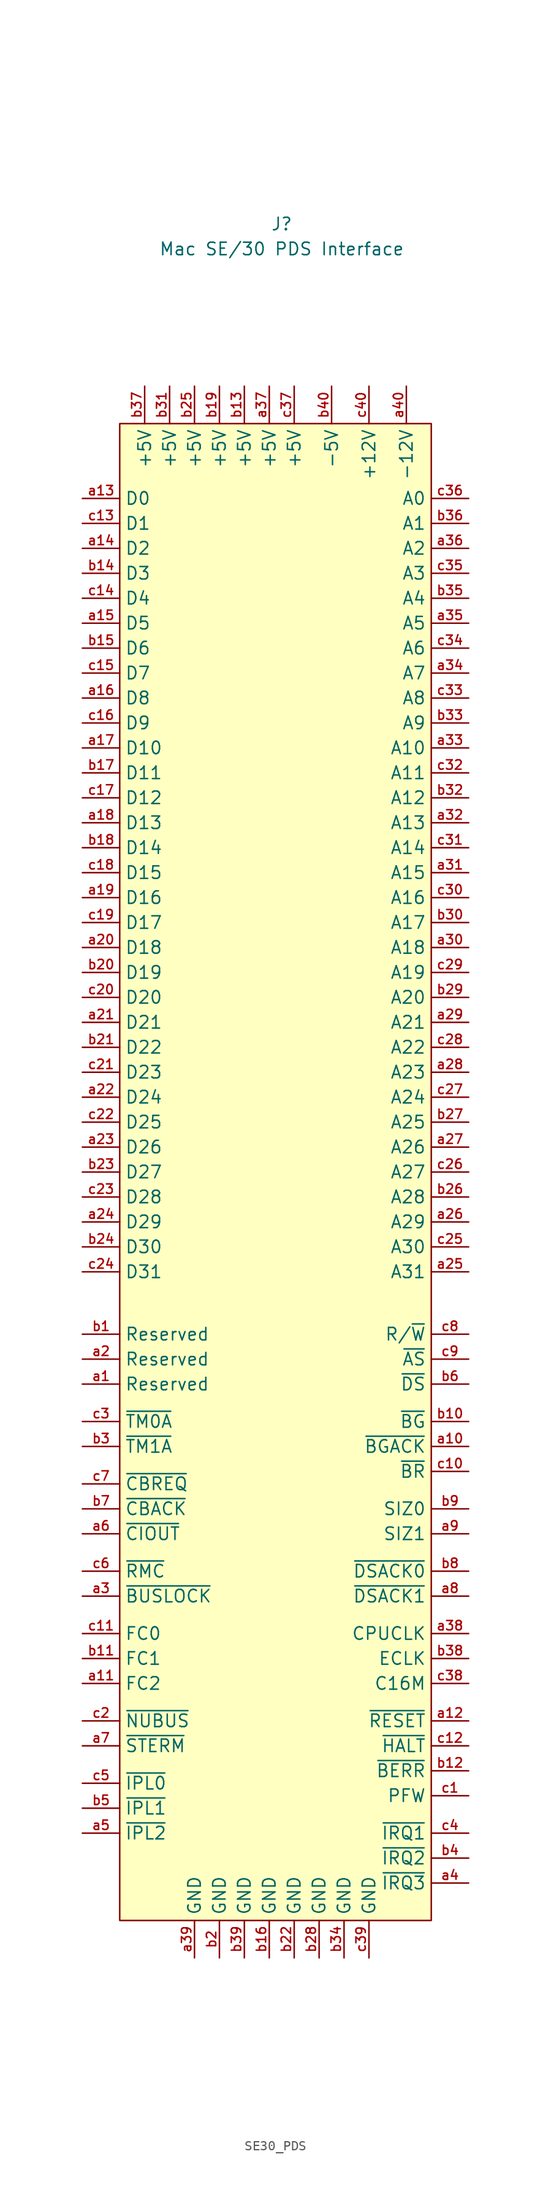
<source format=kicad_sym>
(kicad_symbol_lib
  (version 20220914)
  (generator kicad_symbol_editor)
  (symbol "SE30_PDS"
    (property "Reference" "J"
      (at 0 13.97 0)
      (effects (font (size 1.27 1.27))))
    (property "Value" "Mac SE/30 PDS Interface"
      (at 0 11.43 0)
      (effects (font (size 1.27 1.27))))
    (symbol "SE30_PDS_1_0"
      (pin unspecified line (at -20.32 -104.14 0) (length 3.81) (name "Reserved" (effects (font (size 1.27 1.27)))) (number "a1" (effects (font (size 0.953 0.953)))))
      (pin input line (at 19.05 -110.49 180) (length 3.81) (name "~{BGACK}" (effects (font (size 1.27 1.27)))) (number "a10" (effects (font (size 0.953 0.953)))))
      (pin output line (at -20.32 -134.62 0) (length 3.81) (name "FC2" (effects (font (size 1.27 1.27)))) (number "a11" (effects (font (size 0.953 0.953)))))
      (pin output line (at 19.05 -138.43 180) (length 3.81) (name "~{RESET}" (effects (font (size 1.27 1.27)))) (number "a12" (effects (font (size 0.953 0.953)))))
      (pin bidirectional line (at -20.32 -13.97 0) (length 3.81) (name "D0" (effects (font (size 1.27 1.27)))) (number "a13" (effects (font (size 0.953 0.953)))))
      (pin bidirectional line (at -20.32 -19.05 0) (length 3.81) (name "D2" (effects (font (size 1.27 1.27)))) (number "a14" (effects (font (size 0.953 0.953)))))
      (pin bidirectional line (at -20.32 -26.67 0) (length 3.81) (name "D5" (effects (font (size 1.27 1.27)))) (number "a15" (effects (font (size 0.953 0.953)))))
      (pin bidirectional line (at -20.32 -34.29 0) (length 3.81) (name "D8" (effects (font (size 1.27 1.27)))) (number "a16" (effects (font (size 0.953 0.953)))))
      (pin bidirectional line (at -20.32 -39.37 0) (length 3.81) (name "D10" (effects (font (size 1.27 1.27)))) (number "a17" (effects (font (size 0.953 0.953)))))
      (pin bidirectional line (at -20.32 -46.99 0) (length 3.81) (name "D13" (effects (font (size 1.27 1.27)))) (number "a18" (effects (font (size 0.953 0.953)))))
      (pin bidirectional line (at -20.32 -54.61 0) (length 3.81) (name "D16" (effects (font (size 1.27 1.27)))) (number "a19" (effects (font (size 0.953 0.953)))))
      (pin unspecified line (at -20.32 -101.6 0) (length 3.81) (name "Reserved" (effects (font (size 1.27 1.27)))) (number "a2" (effects (font (size 0.953 0.953)))))
      (pin bidirectional line (at -20.32 -59.69 0) (length 3.81) (name "D18" (effects (font (size 1.27 1.27)))) (number "a20" (effects (font (size 0.953 0.953)))))
      (pin bidirectional line (at -20.32 -67.31 0) (length 3.81) (name "D21" (effects (font (size 1.27 1.27)))) (number "a21" (effects (font (size 0.953 0.953)))))
      (pin bidirectional line (at -20.32 -74.93 0) (length 3.81) (name "D24" (effects (font (size 1.27 1.27)))) (number "a22" (effects (font (size 0.953 0.953)))))
      (pin bidirectional line (at -20.32 -80.01 0) (length 3.81) (name "D26" (effects (font (size 1.27 1.27)))) (number "a23" (effects (font (size 0.953 0.953)))))
      (pin bidirectional line (at -20.32 -87.63 0) (length 3.81) (name "D29" (effects (font (size 1.27 1.27)))) (number "a24" (effects (font (size 0.953 0.953)))))
      (pin output line (at 19.05 -92.71 180) (length 3.81) (name "A31" (effects (font (size 1.27 1.27)))) (number "a25" (effects (font (size 0.953 0.953)))))
      (pin output line (at 19.05 -87.63 180) (length 3.81) (name "A29" (effects (font (size 1.27 1.27)))) (number "a26" (effects (font (size 0.953 0.953)))))
      (pin output line (at 19.05 -80.01 180) (length 3.81) (name "A26" (effects (font (size 1.27 1.27)))) (number "a27" (effects (font (size 0.953 0.953)))))
      (pin output line (at 19.05 -72.39 180) (length 3.81) (name "A23" (effects (font (size 1.27 1.27)))) (number "a28" (effects (font (size 0.953 0.953)))))
      (pin output line (at 19.05 -67.31 180) (length 3.81) (name "A21" (effects (font (size 1.27 1.27)))) (number "a29" (effects (font (size 0.953 0.953)))))
      (pin output line (at -20.32 -125.73 0) (length 3.81) (name "~{BUSLOCK}" (effects (font (size 1.27 1.27)))) (number "a3" (effects (font (size 0.953 0.953)))))
      (pin output line (at 19.05 -59.69 180) (length 3.81) (name "A18" (effects (font (size 1.27 1.27)))) (number "a30" (effects (font (size 0.953 0.953)))))
      (pin output line (at 19.05 -52.07 180) (length 3.81) (name "A15" (effects (font (size 1.27 1.27)))) (number "a31" (effects (font (size 0.953 0.953)))))
      (pin output line (at 19.05 -46.99 180) (length 3.81) (name "A13" (effects (font (size 1.27 1.27)))) (number "a32" (effects (font (size 0.953 0.953)))))
      (pin output line (at 19.05 -39.37 180) (length 3.81) (name "A10" (effects (font (size 1.27 1.27)))) (number "a33" (effects (font (size 0.953 0.953)))))
      (pin output line (at 19.05 -31.75 180) (length 3.81) (name "A7" (effects (font (size 1.27 1.27)))) (number "a34" (effects (font (size 0.953 0.953)))))
      (pin output line (at 19.05 -26.67 180) (length 3.81) (name "A5" (effects (font (size 1.27 1.27)))) (number "a35" (effects (font (size 0.953 0.953)))))
      (pin output line (at 19.05 -19.05 180) (length 3.81) (name "A2" (effects (font (size 1.27 1.27)))) (number "a36" (effects (font (size 0.953 0.953)))))
      (pin power_out line (at -1.27 -2.54 270) (length 3.81) (name "+5V" (effects (font (size 1.27 1.27)))) (number "a37" (effects (font (size 0.953 0.953)))))
      (pin output line (at 19.05 -129.54 180) (length 3.81) (name "CPUCLK" (effects (font (size 1.27 1.27)))) (number "a38" (effects (font (size 0.953 0.953)))))
      (pin power_out line (at -8.89 -162.56 90) (length 3.81) (name "GND" (effects (font (size 1.27 1.27)))) (number "a39" (effects (font (size 0.953 0.953)))))
      (pin input line (at 19.05 -154.94 180) (length 3.81) (name "~{IRQ3}" (effects (font (size 1.27 1.27)))) (number "a4" (effects (font (size 0.953 0.953)))))
      (pin power_out line (at 12.7 -2.54 270) (length 3.81) (name "-12V" (effects (font (size 1.27 1.27)))) (number "a40" (effects (font (size 0.953 0.953)))))
      (pin input line (at -20.32 -149.86 0) (length 3.81) (name "~{IPL2}" (effects (font (size 1.27 1.27)))) (number "a5" (effects (font (size 0.953 0.953)))))
      (pin output line (at -20.32 -119.38 0) (length 3.81) (name "~{CIOUT}" (effects (font (size 1.27 1.27)))) (number "a6" (effects (font (size 0.953 0.953)))))
      (pin input line (at -20.32 -140.97 0) (length 3.81) (name "~{STERM}" (effects (font (size 1.27 1.27)))) (number "a7" (effects (font (size 0.953 0.953)))))
      (pin input line (at 19.05 -125.73 180) (length 3.81) (name "~{DSACK1}" (effects (font (size 1.27 1.27)))) (number "a8" (effects (font (size 0.953 0.953)))))
      (pin output line (at 19.05 -119.38 180) (length 3.81) (name "SIZ1" (effects (font (size 1.27 1.27)))) (number "a9" (effects (font (size 0.953 0.953)))))
      (pin unspecified line (at -20.32 -99.06 0) (length 3.81) (name "Reserved" (effects (font (size 1.27 1.27)))) (number "b1" (effects (font (size 0.953 0.953)))))
      (pin output line (at 19.05 -107.95 180) (length 3.81) (name "~{BG}" (effects (font (size 1.27 1.27)))) (number "b10" (effects (font (size 0.953 0.953)))))
      (pin output line (at -20.32 -132.08 0) (length 3.81) (name "FC1" (effects (font (size 1.27 1.27)))) (number "b11" (effects (font (size 0.953 0.953)))))
      (pin input line (at 19.05 -143.51 180) (length 3.81) (name "~{BERR}" (effects (font (size 1.27 1.27)))) (number "b12" (effects (font (size 0.953 0.953)))))
      (pin power_out line (at -3.81 -2.54 270) (length 3.81) (name "+5V" (effects (font (size 1.27 1.27)))) (number "b13" (effects (font (size 0.953 0.953)))))
      (pin bidirectional line (at -20.32 -21.59 0) (length 3.81) (name "D3" (effects (font (size 1.27 1.27)))) (number "b14" (effects (font (size 0.953 0.953)))))
      (pin bidirectional line (at -20.32 -29.21 0) (length 3.81) (name "D6" (effects (font (size 1.27 1.27)))) (number "b15" (effects (font (size 0.953 0.953)))))
      (pin power_out line (at -1.27 -162.56 90) (length 3.81) (name "GND" (effects (font (size 1.27 1.27)))) (number "b16" (effects (font (size 0.953 0.953)))))
      (pin bidirectional line (at -20.32 -41.91 0) (length 3.81) (name "D11" (effects (font (size 1.27 1.27)))) (number "b17" (effects (font (size 0.953 0.953)))))
      (pin bidirectional line (at -20.32 -49.53 0) (length 3.81) (name "D14" (effects (font (size 1.27 1.27)))) (number "b18" (effects (font (size 0.953 0.953)))))
      (pin power_out line (at -6.35 -2.54 270) (length 3.81) (name "+5V" (effects (font (size 1.27 1.27)))) (number "b19" (effects (font (size 0.953 0.953)))))
      (pin power_out line (at -6.35 -162.56 90) (length 3.81) (name "GND" (effects (font (size 1.27 1.27)))) (number "b2" (effects (font (size 0.953 0.953)))))
      (pin bidirectional line (at -20.32 -62.23 0) (length 3.81) (name "D19" (effects (font (size 1.27 1.27)))) (number "b20" (effects (font (size 0.953 0.953)))))
      (pin bidirectional line (at -20.32 -69.85 0) (length 3.81) (name "D22" (effects (font (size 1.27 1.27)))) (number "b21" (effects (font (size 0.953 0.953)))))
      (pin power_out line (at 1.27 -162.56 90) (length 3.81) (name "GND" (effects (font (size 1.27 1.27)))) (number "b22" (effects (font (size 0.953 0.953)))))
      (pin bidirectional line (at -20.32 -82.55 0) (length 3.81) (name "D27" (effects (font (size 1.27 1.27)))) (number "b23" (effects (font (size 0.953 0.953)))))
      (pin bidirectional line (at -20.32 -90.17 0) (length 3.81) (name "D30" (effects (font (size 1.27 1.27)))) (number "b24" (effects (font (size 0.953 0.953)))))
      (pin power_out line (at -8.89 -2.54 270) (length 3.81) (name "+5V" (effects (font (size 1.27 1.27)))) (number "b25" (effects (font (size 0.953 0.953)))))
      (pin output line (at 19.05 -85.09 180) (length 3.81) (name "A28" (effects (font (size 1.27 1.27)))) (number "b26" (effects (font (size 0.953 0.953)))))
      (pin output line (at 19.05 -77.47 180) (length 3.81) (name "A25" (effects (font (size 1.27 1.27)))) (number "b27" (effects (font (size 0.953 0.953)))))
      (pin power_out line (at 3.81 -162.56 90) (length 3.81) (name "GND" (effects (font (size 1.27 1.27)))) (number "b28" (effects (font (size 0.953 0.953)))))
      (pin output line (at 19.05 -64.77 180) (length 3.81) (name "A20" (effects (font (size 1.27 1.27)))) (number "b29" (effects (font (size 0.953 0.953)))))
      (pin input line (at -20.32 -110.49 0) (length 3.81) (name "~{TM1A}" (effects (font (size 1.27 1.27)))) (number "b3" (effects (font (size 0.953 0.953)))))
      (pin output line (at 19.05 -57.15 180) (length 3.81) (name "A17" (effects (font (size 1.27 1.27)))) (number "b30" (effects (font (size 0.953 0.953)))))
      (pin power_out line (at -11.43 -2.54 270) (length 3.81) (name "+5V" (effects (font (size 1.27 1.27)))) (number "b31" (effects (font (size 0.953 0.953)))))
      (pin output line (at 19.05 -44.45 180) (length 3.81) (name "A12" (effects (font (size 1.27 1.27)))) (number "b32" (effects (font (size 0.953 0.953)))))
      (pin output line (at 19.05 -36.83 180) (length 3.81) (name "A9" (effects (font (size 1.27 1.27)))) (number "b33" (effects (font (size 0.953 0.953)))))
      (pin power_out line (at 6.35 -162.56 90) (length 3.81) (name "GND" (effects (font (size 1.27 1.27)))) (number "b34" (effects (font (size 0.953 0.953)))))
      (pin output line (at 19.05 -24.13 180) (length 3.81) (name "A4" (effects (font (size 1.27 1.27)))) (number "b35" (effects (font (size 0.953 0.953)))))
      (pin output line (at 19.05 -16.51 180) (length 3.81) (name "A1" (effects (font (size 1.27 1.27)))) (number "b36" (effects (font (size 0.953 0.953)))))
      (pin power_out line (at -13.97 -2.54 270) (length 3.81) (name "+5V" (effects (font (size 1.27 1.27)))) (number "b37" (effects (font (size 0.953 0.953)))))
      (pin output line (at 19.05 -132.08 180) (length 3.81) (name "ECLK" (effects (font (size 1.27 1.27)))) (number "b38" (effects (font (size 0.953 0.953)))))
      (pin power_out line (at -3.81 -162.56 90) (length 3.81) (name "GND" (effects (font (size 1.27 1.27)))) (number "b39" (effects (font (size 0.953 0.953)))))
      (pin input line (at 19.05 -152.4 180) (length 3.81) (name "~{IRQ2}" (effects (font (size 1.27 1.27)))) (number "b4" (effects (font (size 0.953 0.953)))))
      (pin power_out line (at 5.08 -2.54 270) (length 3.81) (name "-5V" (effects (font (size 1.27 1.27)))) (number "b40" (effects (font (size 0.953 0.953)))))
      (pin input line (at -20.32 -147.32 0) (length 3.81) (name "~{IPL1}" (effects (font (size 1.27 1.27)))) (number "b5" (effects (font (size 0.953 0.953)))))
      (pin output line (at 19.05 -104.14 180) (length 3.81) (name "~{DS}" (effects (font (size 1.27 1.27)))) (number "b6" (effects (font (size 0.953 0.953)))))
      (pin input line (at -20.32 -116.84 0) (length 3.81) (name "~{CBACK}" (effects (font (size 1.27 1.27)))) (number "b7" (effects (font (size 0.953 0.953)))))
      (pin input line (at 19.05 -123.19 180) (length 3.81) (name "~{DSACK0}" (effects (font (size 1.27 1.27)))) (number "b8" (effects (font (size 0.953 0.953)))))
      (pin output line (at 19.05 -116.84 180) (length 3.81) (name "SIZ0" (effects (font (size 1.27 1.27)))) (number "b9" (effects (font (size 0.953 0.953)))))
      (pin output line (at 19.05 -146.05 180) (length 3.81) (name "PFW" (effects (font (size 1.27 1.27)))) (number "c1" (effects (font (size 0.953 0.953)))))
      (pin input line (at 19.05 -113.03 180) (length 3.81) (name "~{BR}" (effects (font (size 1.27 1.27)))) (number "c10" (effects (font (size 0.953 0.953)))))
      (pin output line (at -20.32 -129.54 0) (length 3.81) (name "FC0" (effects (font (size 1.27 1.27)))) (number "c11" (effects (font (size 0.953 0.953)))))
      (pin output line (at 19.05 -140.97 180) (length 3.81) (name "~{HALT}" (effects (font (size 1.27 1.27)))) (number "c12" (effects (font (size 0.953 0.953)))))
      (pin bidirectional line (at -20.32 -16.51 0) (length 3.81) (name "D1" (effects (font (size 1.27 1.27)))) (number "c13" (effects (font (size 0.953 0.953)))))
      (pin bidirectional line (at -20.32 -24.13 0) (length 3.81) (name "D4" (effects (font (size 1.27 1.27)))) (number "c14" (effects (font (size 0.953 0.953)))))
      (pin bidirectional line (at -20.32 -31.75 0) (length 3.81) (name "D7" (effects (font (size 1.27 1.27)))) (number "c15" (effects (font (size 0.953 0.953)))))
      (pin bidirectional line (at -20.32 -36.83 0) (length 3.81) (name "D9" (effects (font (size 1.27 1.27)))) (number "c16" (effects (font (size 0.953 0.953)))))
      (pin bidirectional line (at -20.32 -44.45 0) (length 3.81) (name "D12" (effects (font (size 1.27 1.27)))) (number "c17" (effects (font (size 0.953 0.953)))))
      (pin bidirectional line (at -20.32 -52.07 0) (length 3.81) (name "D15" (effects (font (size 1.27 1.27)))) (number "c18" (effects (font (size 0.953 0.953)))))
      (pin bidirectional line (at -20.32 -57.15 0) (length 3.81) (name "D17" (effects (font (size 1.27 1.27)))) (number "c19" (effects (font (size 0.953 0.953)))))
      (pin output line (at -20.32 -138.43 0) (length 3.81) (name "~{NUBUS}" (effects (font (size 1.27 1.27)))) (number "c2" (effects (font (size 0.953 0.953)))))
      (pin bidirectional line (at -20.32 -64.77 0) (length 3.81) (name "D20" (effects (font (size 1.27 1.27)))) (number "c20" (effects (font (size 0.953 0.953)))))
      (pin bidirectional line (at -20.32 -72.39 0) (length 3.81) (name "D23" (effects (font (size 1.27 1.27)))) (number "c21" (effects (font (size 0.953 0.953)))))
      (pin bidirectional line (at -20.32 -77.47 0) (length 3.81) (name "D25" (effects (font (size 1.27 1.27)))) (number "c22" (effects (font (size 0.953 0.953)))))
      (pin bidirectional line (at -20.32 -85.09 0) (length 3.81) (name "D28" (effects (font (size 1.27 1.27)))) (number "c23" (effects (font (size 0.953 0.953)))))
      (pin bidirectional line (at -20.32 -92.71 0) (length 3.81) (name "D31" (effects (font (size 1.27 1.27)))) (number "c24" (effects (font (size 0.953 0.953)))))
      (pin output line (at 19.05 -90.17 180) (length 3.81) (name "A30" (effects (font (size 1.27 1.27)))) (number "c25" (effects (font (size 0.953 0.953)))))
      (pin output line (at 19.05 -82.55 180) (length 3.81) (name "A27" (effects (font (size 1.27 1.27)))) (number "c26" (effects (font (size 0.953 0.953)))))
      (pin output line (at 19.05 -74.93 180) (length 3.81) (name "A24" (effects (font (size 1.27 1.27)))) (number "c27" (effects (font (size 0.953 0.953)))))
      (pin output line (at 19.05 -69.85 180) (length 3.81) (name "A22" (effects (font (size 1.27 1.27)))) (number "c28" (effects (font (size 0.953 0.953)))))
      (pin output line (at 19.05 -62.23 180) (length 3.81) (name "A19" (effects (font (size 1.27 1.27)))) (number "c29" (effects (font (size 0.953 0.953)))))
      (pin input line (at -20.32 -107.95 0) (length 3.81) (name "~{TM0A}" (effects (font (size 1.27 1.27)))) (number "c3" (effects (font (size 0.953 0.953)))))
      (pin output line (at 19.05 -54.61 180) (length 3.81) (name "A16" (effects (font (size 1.27 1.27)))) (number "c30" (effects (font (size 0.953 0.953)))))
      (pin output line (at 19.05 -49.53 180) (length 3.81) (name "A14" (effects (font (size 1.27 1.27)))) (number "c31" (effects (font (size 0.953 0.953)))))
      (pin output line (at 19.05 -41.91 180) (length 3.81) (name "A11" (effects (font (size 1.27 1.27)))) (number "c32" (effects (font (size 0.953 0.953)))))
      (pin output line (at 19.05 -34.29 180) (length 3.81) (name "A8" (effects (font (size 1.27 1.27)))) (number "c33" (effects (font (size 0.953 0.953)))))
      (pin output line (at 19.05 -29.21 180) (length 3.81) (name "A6" (effects (font (size 1.27 1.27)))) (number "c34" (effects (font (size 0.953 0.953)))))
      (pin output line (at 19.05 -21.59 180) (length 3.81) (name "A3" (effects (font (size 1.27 1.27)))) (number "c35" (effects (font (size 0.953 0.953)))))
      (pin output line (at 19.05 -13.97 180) (length 3.81) (name "A0" (effects (font (size 1.27 1.27)))) (number "c36" (effects (font (size 0.953 0.953)))))
      (pin power_out line (at 1.27 -2.54 270) (length 3.81) (name "+5V" (effects (font (size 1.27 1.27)))) (number "c37" (effects (font (size 0.953 0.953)))))
      (pin output line (at 19.05 -134.62 180) (length 3.81) (name "C16M" (effects (font (size 1.27 1.27)))) (number "c38" (effects (font (size 0.953 0.953)))))
      (pin power_out line (at 8.89 -162.56 90) (length 3.81) (name "GND" (effects (font (size 1.27 1.27)))) (number "c39" (effects (font (size 0.953 0.953)))))
      (pin input line (at 19.05 -149.86 180) (length 3.81) (name "~{IRQ1}" (effects (font (size 1.27 1.27)))) (number "c4" (effects (font (size 0.953 0.953)))))
      (pin power_out line (at 8.89 -2.54 270) (length 3.81) (name "+12V" (effects (font (size 1.27 1.27)))) (number "c40" (effects (font (size 0.953 0.953)))))
      (pin input line (at -20.32 -144.78 0) (length 3.81) (name "~{IPL0}" (effects (font (size 1.27 1.27)))) (number "c5" (effects (font (size 0.953 0.953)))))
      (pin output line (at -20.32 -123.19 0) (length 3.81) (name "~{RMC}" (effects (font (size 1.27 1.27)))) (number "c6" (effects (font (size 0.953 0.953)))))
      (pin output line (at -20.32 -114.3 0) (length 3.81) (name "~{CBREQ}" (effects (font (size 1.27 1.27)))) (number "c7" (effects (font (size 0.953 0.953)))))
      (pin output line (at 19.05 -99.06 180) (length 3.81) (name "R/~{W}" (effects (font (size 1.27 1.27)))) (number "c8" (effects (font (size 0.953 0.953)))))
      (pin output line (at 19.05 -101.6 180) (length 3.81) (name "~{AS}" (effects (font (size 1.27 1.27)))) (number "c9" (effects (font (size 0.953 0.953))))))
    (symbol "SE30_PDS_1_1"
      (rectangle (start -16.51 -6.35) (end 15.24 -158.75) (stroke (width 0) (type default)) (fill (type background))))))
</source>
